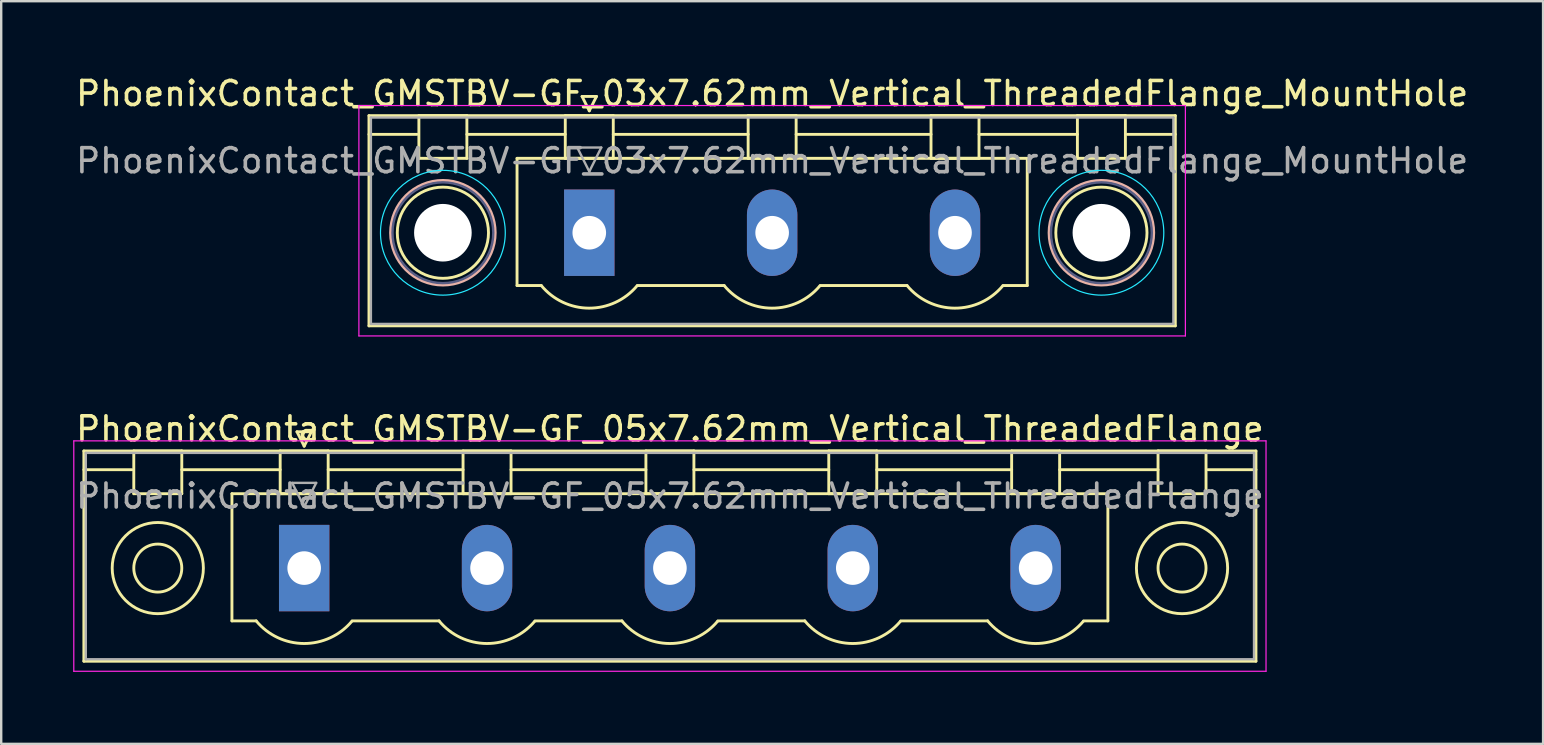
<source format=kicad_pcb>
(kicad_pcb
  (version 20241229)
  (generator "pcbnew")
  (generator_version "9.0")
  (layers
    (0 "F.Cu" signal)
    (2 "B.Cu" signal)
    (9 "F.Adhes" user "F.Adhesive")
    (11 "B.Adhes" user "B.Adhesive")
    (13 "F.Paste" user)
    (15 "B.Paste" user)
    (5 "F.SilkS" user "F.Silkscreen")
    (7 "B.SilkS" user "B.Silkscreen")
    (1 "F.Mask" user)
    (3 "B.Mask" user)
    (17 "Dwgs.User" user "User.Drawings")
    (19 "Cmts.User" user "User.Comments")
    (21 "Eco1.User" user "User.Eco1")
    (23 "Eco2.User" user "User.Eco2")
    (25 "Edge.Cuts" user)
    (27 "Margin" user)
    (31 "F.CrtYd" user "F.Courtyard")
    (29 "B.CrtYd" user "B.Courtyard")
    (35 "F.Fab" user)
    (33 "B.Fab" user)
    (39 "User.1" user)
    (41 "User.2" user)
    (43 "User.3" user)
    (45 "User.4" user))
  (footprint "PhoenixContact_GMSTBV-GF_05x7.62mm_Vertical_ThreadedFlange"
    (layer "F.Cu")
    (at 9.625 20.622)
    (property "Reference" "PhoenixContact_GMSTBV-GF_05x7.62mm_Vertical_ThreadedFlange" (at 15.24 -5.8 0) (layer "F.SilkS") (effects (font (size 1 1) (thickness 0.15))))
    (attr through_hole)
    (fp_line (start -9.18 -4.88) (end -9.18 3.88) (stroke (width 0.12) (type solid)) (layer "F.SilkS"))
    (fp_line (start -9.18 -4.1) (end -7.18 -4.1) (stroke (width 0.12) (type solid)) (layer "F.SilkS"))
    (fp_line (start -9.18 3.88) (end 39.66 3.88) (stroke (width 0.12) (type solid)) (layer "F.SilkS"))
    (fp_line (start -7.1 -4.88) (end -5.1 -4.88) (stroke (width 0.12) (type solid)) (layer "F.SilkS"))
    (fp_line (start -7.1 -3.1) (end -7.1 -4.88) (stroke (width 0.12) (type solid)) (layer "F.SilkS"))
    (fp_line (start -5.1 -4.88) (end -5.1 -3.1) (stroke (width 0.12) (type solid)) (layer "F.SilkS"))
    (fp_line (start -5.1 -4.1) (end -1 -4.1) (stroke (width 0.12) (type solid)) (layer "F.SilkS"))
    (fp_line (start -5.1 -3.1) (end -7.1 -3.1) (stroke (width 0.12) (type solid)) (layer "F.SilkS"))
    (fp_line (start -3.01 -3.1) (end 33.49 -3.1) (stroke (width 0.12) (type solid)) (layer "F.SilkS"))
    (fp_line (start -3.01 2.2) (end -3.01 -3.1) (stroke (width 0.12) (type solid)) (layer "F.SilkS"))
    (fp_line (start -2 2.2) (end -3.01 2.2) (stroke (width 0.12) (type solid)) (layer "F.SilkS"))
    (fp_line (start -1 -4.88) (end 1 -4.88) (stroke (width 0.12) (type solid)) (layer "F.SilkS"))
    (fp_line (start -1 -3.1) (end -1 -4.88) (stroke (width 0.12) (type solid)) (layer "F.SilkS"))
    (fp_line (start -0.3 -5.68) (end 0.3 -5.68) (stroke (width 0.12) (type solid)) (layer "F.SilkS"))
    (fp_line (start 0 -5.08) (end -0.3 -5.68) (stroke (width 0.12) (type solid)) (layer "F.SilkS"))
    (fp_line (start 0.3 -5.68) (end 0 -5.08) (stroke (width 0.12) (type solid)) (layer "F.SilkS"))
    (fp_line (start 1 -4.88) (end 1 -3.1) (stroke (width 0.12) (type solid)) (layer "F.SilkS"))
    (fp_line (start 1 -4.1) (end 6.62 -4.1) (stroke (width 0.12) (type solid)) (layer "F.SilkS"))
    (fp_line (start 1 -3.1) (end -1 -3.1) (stroke (width 0.12) (type solid)) (layer "F.SilkS"))
    (fp_line (start 2 2.2) (end 5.62 2.2) (stroke (width 0.12) (type solid)) (layer "F.SilkS"))
    (fp_line (start 6.62 -4.88) (end 8.62 -4.88) (stroke (width 0.12) (type solid)) (layer "F.SilkS"))
    (fp_line (start 6.62 -3.1) (end 6.62 -4.88) (stroke (width 0.12) (type solid)) (layer "F.SilkS"))
    (fp_line (start 8.62 -4.88) (end 8.62 -3.1) (stroke (width 0.12) (type solid)) (layer "F.SilkS"))
    (fp_line (start 8.62 -4.1) (end 14.24 -4.1) (stroke (width 0.12) (type solid)) (layer "F.SilkS"))
    (fp_line (start 8.62 -3.1) (end 6.62 -3.1) (stroke (width 0.12) (type solid)) (layer "F.SilkS"))
    (fp_line (start 9.62 2.2) (end 13.24 2.2) (stroke (width 0.12) (type solid)) (layer "F.SilkS"))
    (fp_line (start 14.24 -4.88) (end 16.24 -4.88) (stroke (width 0.12) (type solid)) (layer "F.SilkS"))
    (fp_line (start 14.24 -3.1) (end 14.24 -4.88) (stroke (width 0.12) (type solid)) (layer "F.SilkS"))
    (fp_line (start 16.24 -4.88) (end 16.24 -3.1) (stroke (width 0.12) (type solid)) (layer "F.SilkS"))
    (fp_line (start 16.24 -4.1) (end 21.86 -4.1) (stroke (width 0.12) (type solid)) (layer "F.SilkS"))
    (fp_line (start 16.24 -3.1) (end 14.24 -3.1) (stroke (width 0.12) (type solid)) (layer "F.SilkS"))
    (fp_line (start 17.24 2.2) (end 20.86 2.2) (stroke (width 0.12) (type solid)) (layer "F.SilkS"))
    (fp_line (start 21.86 -4.88) (end 23.86 -4.88) (stroke (width 0.12) (type solid)) (layer "F.SilkS"))
    (fp_line (start 21.86 -3.1) (end 21.86 -4.88) (stroke (width 0.12) (type solid)) (layer "F.SilkS"))
    (fp_line (start 23.86 -4.88) (end 23.86 -3.1) (stroke (width 0.12) (type solid)) (layer "F.SilkS"))
    (fp_line (start 23.86 -4.1) (end 29.48 -4.1) (stroke (width 0.12) (type solid)) (layer "F.SilkS"))
    (fp_line (start 23.86 -3.1) (end 21.86 -3.1) (stroke (width 0.12) (type solid)) (layer "F.SilkS"))
    (fp_line (start 24.86 2.2) (end 28.48 2.2) (stroke (width 0.12) (type solid)) (layer "F.SilkS"))
    (fp_line (start 29.48 -4.88) (end 31.48 -4.88) (stroke (width 0.12) (type solid)) (layer "F.SilkS"))
    (fp_line (start 29.48 -3.1) (end 29.48 -4.88) (stroke (width 0.12) (type solid)) (layer "F.SilkS"))
    (fp_line (start 31.48 -4.88) (end 31.48 -3.1) (stroke (width 0.12) (type solid)) (layer "F.SilkS"))
    (fp_line (start 31.48 -4.1) (end 35.58 -4.1) (stroke (width 0.12) (type solid)) (layer "F.SilkS"))
    (fp_line (start 31.48 -3.1) (end 29.48 -3.1) (stroke (width 0.12) (type solid)) (layer "F.SilkS"))
    (fp_line (start 33.49 -3.1) (end 33.49 2.2) (stroke (width 0.12) (type solid)) (layer "F.SilkS"))
    (fp_line (start 33.49 2.2) (end 32.48 2.2) (stroke (width 0.12) (type solid)) (layer "F.SilkS"))
    (fp_line (start 35.58 -4.88) (end 37.58 -4.88) (stroke (width 0.12) (type solid)) (layer "F.SilkS"))
    (fp_line (start 35.58 -3.1) (end 35.58 -4.88) (stroke (width 0.12) (type solid)) (layer "F.SilkS"))
    (fp_line (start 37.58 -4.88) (end 37.58 -3.1) (stroke (width 0.12) (type solid)) (layer "F.SilkS"))
    (fp_line (start 37.58 -3.1) (end 35.58 -3.1) (stroke (width 0.12) (type solid)) (layer "F.SilkS"))
    (fp_line (start 39.66 -4.88) (end -9.18 -4.88) (stroke (width 0.12) (type solid)) (layer "F.SilkS"))
    (fp_line (start 39.66 -4.1) (end 37.66 -4.1) (stroke (width 0.12) (type solid)) (layer "F.SilkS"))
    (fp_line (start 39.66 3.88) (end 39.66 -4.88) (stroke (width 0.12) (type solid)) (layer "F.SilkS"))
    (fp_arc (start 1.986842 2.215821) (mid -0.010289 3.142758) (end -2 2.2) (stroke (width 0.12) (type solid)) (layer "F.SilkS"))
    (fp_arc (start 9.606842 2.215821) (mid 7.609711 3.142758) (end 5.62 2.2) (stroke (width 0.12) (type solid)) (layer "F.SilkS"))
    (fp_arc (start 17.226842 2.215821) (mid 15.229711 3.142758) (end 13.24 2.2) (stroke (width 0.12) (type solid)) (layer "F.SilkS"))
    (fp_arc (start 24.846842 2.215821) (mid 22.849711 3.142758) (end 20.86 2.2) (stroke (width 0.12) (type solid)) (layer "F.SilkS"))
    (fp_arc (start 32.466842 2.215821) (mid 30.469711 3.142758) (end 28.48 2.2) (stroke (width 0.12) (type solid)) (layer "F.SilkS"))
    (fp_circle (center -6.1 0) (end -5.1 0) (stroke (width 0.12) (type solid)) (fill no) (layer "F.SilkS"))
    (fp_circle (center -6.1 0) (end -4.2 0) (stroke (width 0.12) (type solid)) (fill no) (layer "F.SilkS"))
    (fp_circle (center 36.58 0) (end 37.58 0) (stroke (width 0.12) (type solid)) (fill no) (layer "F.SilkS"))
    (fp_circle (center 36.58 0) (end 38.48 0) (stroke (width 0.12) (type solid)) (fill no) (layer "F.SilkS"))
    (fp_line (start -9.6 -5.3) (end -9.6 4.3) (stroke (width 0.05) (type solid)) (layer "F.CrtYd"))
    (fp_line (start -9.6 4.3) (end 40.08 4.3) (stroke (width 0.05) (type solid)) (layer "F.CrtYd"))
    (fp_line (start 40.08 -5.3) (end -9.6 -5.3) (stroke (width 0.05) (type solid)) (layer "F.CrtYd"))
    (fp_line (start 40.08 4.3) (end 40.08 -5.3) (stroke (width 0.05) (type solid)) (layer "F.CrtYd"))
    (fp_line (start -9.1 -4.8) (end -9.1 3.8) (stroke (width 0.1) (type solid)) (layer "F.Fab"))
    (fp_line (start -9.1 3.8) (end 39.58 3.8) (stroke (width 0.1) (type solid)) (layer "F.Fab"))
    (fp_line (start -0.5 -3.55) (end 0.5 -3.55) (stroke (width 0.1) (type solid)) (layer "F.Fab"))
    (fp_line (start 0 -2.55) (end -0.5 -3.55) (stroke (width 0.1) (type solid)) (layer "F.Fab"))
    (fp_line (start 0.5 -3.55) (end 0 -2.55) (stroke (width 0.1) (type solid)) (layer "F.Fab"))
    (fp_line (start 39.58 -4.8) (end -9.1 -4.8) (stroke (width 0.1) (type solid)) (layer "F.Fab"))
    (fp_line (start 39.58 3.8) (end 39.58 -4.8) (stroke (width 0.1) (type solid)) (layer "F.Fab"))
    (fp_text user "${REFERENCE}" (at 15.24 -3 0) (layer "F.Fab") (effects (font (size 1 1) (thickness 0.15))))
    (pad "1" thru_hole rect (at 0 0) (size 2.1 3.6) (drill 1.4) (layers "*.Cu" "*.Mask"))
    (pad "2" thru_hole oval (at 7.62 0) (size 2.1 3.6) (drill 1.4) (layers "*.Cu" "*.Mask"))
    (pad "3" thru_hole oval (at 15.24 0) (size 2.1 3.6) (drill 1.4) (layers "*.Cu" "*.Mask"))
    (pad "4" thru_hole oval (at 22.86 0) (size 2.1 3.6) (drill 1.4) (layers "*.Cu" "*.Mask"))
    (pad "5" thru_hole oval (at 30.48 0) (size 2.1 3.6) (drill 1.4) (layers "*.Cu" "*.Mask")))
  (footprint "PhoenixContact_GMSTBV-GF_03x7.62mm_Vertical_ThreadedFlange_MountHole"
    (layer "F.Cu")
    (at 21.505 6.648)
    (property "Reference" "PhoenixContact_GMSTBV-GF_03x7.62mm_Vertical_ThreadedFlange_MountHole" (at 7.62 -5.8 0) (layer "F.SilkS") (effects (font (size 1 1) (thickness 0.15))))
    (attr through_hole)
    (fp_line (start -9.18 -4.88) (end -9.18 3.88) (stroke (width 0.12) (type solid)) (layer "F.SilkS"))
    (fp_line (start -9.18 -4.1) (end -7.18 -4.1) (stroke (width 0.12) (type solid)) (layer "F.SilkS"))
    (fp_line (start -9.18 3.88) (end 24.42 3.88) (stroke (width 0.12) (type solid)) (layer "F.SilkS"))
    (fp_line (start -7.1 -4.88) (end -5.1 -4.88) (stroke (width 0.12) (type solid)) (layer "F.SilkS"))
    (fp_line (start -7.1 -3.1) (end -7.1 -4.88) (stroke (width 0.12) (type solid)) (layer "F.SilkS"))
    (fp_line (start -5.1 -4.88) (end -5.1 -3.1) (stroke (width 0.12) (type solid)) (layer "F.SilkS"))
    (fp_line (start -5.1 -4.1) (end -1 -4.1) (stroke (width 0.12) (type solid)) (layer "F.SilkS"))
    (fp_line (start -5.1 -3.1) (end -7.1 -3.1) (stroke (width 0.12) (type solid)) (layer "F.SilkS"))
    (fp_line (start -3.01 -3.1) (end 18.25 -3.1) (stroke (width 0.12) (type solid)) (layer "F.SilkS"))
    (fp_line (start -3.01 2.2) (end -3.01 -3.1) (stroke (width 0.12) (type solid)) (layer "F.SilkS"))
    (fp_line (start -2 2.2) (end -3.01 2.2) (stroke (width 0.12) (type solid)) (layer "F.SilkS"))
    (fp_line (start -1 -4.88) (end 1 -4.88) (stroke (width 0.12) (type solid)) (layer "F.SilkS"))
    (fp_line (start -1 -3.1) (end -1 -4.88) (stroke (width 0.12) (type solid)) (layer "F.SilkS"))
    (fp_line (start -0.3 -5.68) (end 0.3 -5.68) (stroke (width 0.12) (type solid)) (layer "F.SilkS"))
    (fp_line (start 0 -5.08) (end -0.3 -5.68) (stroke (width 0.12) (type solid)) (layer "F.SilkS"))
    (fp_line (start 0.3 -5.68) (end 0 -5.08) (stroke (width 0.12) (type solid)) (layer "F.SilkS"))
    (fp_line (start 1 -4.88) (end 1 -3.1) (stroke (width 0.12) (type solid)) (layer "F.SilkS"))
    (fp_line (start 1 -4.1) (end 6.62 -4.1) (stroke (width 0.12) (type solid)) (layer "F.SilkS"))
    (fp_line (start 1 -3.1) (end -1 -3.1) (stroke (width 0.12) (type solid)) (layer "F.SilkS"))
    (fp_line (start 2 2.2) (end 5.62 2.2) (stroke (width 0.12) (type solid)) (layer "F.SilkS"))
    (fp_line (start 6.62 -4.88) (end 8.62 -4.88) (stroke (width 0.12) (type solid)) (layer "F.SilkS"))
    (fp_line (start 6.62 -3.1) (end 6.62 -4.88) (stroke (width 0.12) (type solid)) (layer "F.SilkS"))
    (fp_line (start 8.62 -4.88) (end 8.62 -3.1) (stroke (width 0.12) (type solid)) (layer "F.SilkS"))
    (fp_line (start 8.62 -4.1) (end 14.24 -4.1) (stroke (width 0.12) (type solid)) (layer "F.SilkS"))
    (fp_line (start 8.62 -3.1) (end 6.62 -3.1) (stroke (width 0.12) (type solid)) (layer "F.SilkS"))
    (fp_line (start 9.62 2.2) (end 13.24 2.2) (stroke (width 0.12) (type solid)) (layer "F.SilkS"))
    (fp_line (start 14.24 -4.88) (end 16.24 -4.88) (stroke (width 0.12) (type solid)) (layer "F.SilkS"))
    (fp_line (start 14.24 -3.1) (end 14.24 -4.88) (stroke (width 0.12) (type solid)) (layer "F.SilkS"))
    (fp_line (start 16.24 -4.88) (end 16.24 -3.1) (stroke (width 0.12) (type solid)) (layer "F.SilkS"))
    (fp_line (start 16.24 -4.1) (end 20.34 -4.1) (stroke (width 0.12) (type solid)) (layer "F.SilkS"))
    (fp_line (start 16.24 -3.1) (end 14.24 -3.1) (stroke (width 0.12) (type solid)) (layer "F.SilkS"))
    (fp_line (start 18.25 -3.1) (end 18.25 2.2) (stroke (width 0.12) (type solid)) (layer "F.SilkS"))
    (fp_line (start 18.25 2.2) (end 17.24 2.2) (stroke (width 0.12) (type solid)) (layer "F.SilkS"))
    (fp_line (start 20.34 -4.88) (end 22.34 -4.88) (stroke (width 0.12) (type solid)) (layer "F.SilkS"))
    (fp_line (start 20.34 -3.1) (end 20.34 -4.88) (stroke (width 0.12) (type solid)) (layer "F.SilkS"))
    (fp_line (start 22.34 -4.88) (end 22.34 -3.1) (stroke (width 0.12) (type solid)) (layer "F.SilkS"))
    (fp_line (start 22.34 -3.1) (end 20.34 -3.1) (stroke (width 0.12) (type solid)) (layer "F.SilkS"))
    (fp_line (start 24.42 -4.88) (end -9.18 -4.88) (stroke (width 0.12) (type solid)) (layer "F.SilkS"))
    (fp_line (start 24.42 -4.1) (end 22.42 -4.1) (stroke (width 0.12) (type solid)) (layer "F.SilkS"))
    (fp_line (start 24.42 3.88) (end 24.42 -4.88) (stroke (width 0.12) (type solid)) (layer "F.SilkS"))
    (fp_arc (start 1.986842 2.215821) (mid -0.010289 3.142758) (end -2 2.2) (stroke (width 0.12) (type solid)) (layer "F.SilkS"))
    (fp_arc (start 9.606842 2.215821) (mid 7.609711 3.142758) (end 5.62 2.2) (stroke (width 0.12) (type solid)) (layer "F.SilkS"))
    (fp_arc (start 17.226842 2.215821) (mid 15.229711 3.142758) (end 13.24 2.2) (stroke (width 0.12) (type solid)) (layer "F.SilkS"))
    (fp_circle (center -6.1 0) (end -4.2 0) (stroke (width 0.12) (type solid)) (fill no) (layer "F.SilkS"))
    (fp_circle (center 21.34 0) (end 23.24 0) (stroke (width 0.12) (type solid)) (fill no) (layer "F.SilkS"))
    (fp_circle (center -6.1 0) (end -3.92 0) (stroke (width 0.12) (type solid)) (fill no) (layer "B.SilkS"))
    (fp_circle (center 21.34 0) (end 23.52 0) (stroke (width 0.12) (type solid)) (fill no) (layer "B.SilkS"))
    (fp_circle (center -6.1 0) (end -3.5 0) (stroke (width 0.05) (type solid)) (fill no) (layer "B.CrtYd"))
    (fp_circle (center 21.34 0) (end 23.94 0) (stroke (width 0.05) (type solid)) (fill no) (layer "B.CrtYd"))
    (fp_line (start -9.6 -5.3) (end -9.6 4.3) (stroke (width 0.05) (type solid)) (layer "F.CrtYd"))
    (fp_line (start -9.6 4.3) (end 24.84 4.3) (stroke (width 0.05) (type solid)) (layer "F.CrtYd"))
    (fp_line (start 24.84 -5.3) (end -9.6 -5.3) (stroke (width 0.05) (type solid)) (layer "F.CrtYd"))
    (fp_line (start 24.84 4.3) (end 24.84 -5.3) (stroke (width 0.05) (type solid)) (layer "F.CrtYd"))
    (fp_circle (center -6.1 0) (end -4 0) (stroke (width 0.1) (type solid)) (fill no) (layer "B.Fab"))
    (fp_circle (center 21.34 0) (end 23.44 0) (stroke (width 0.1) (type solid)) (fill no) (layer "B.Fab"))
    (fp_line (start -9.1 -4.8) (end -9.1 3.8) (stroke (width 0.1) (type solid)) (layer "F.Fab"))
    (fp_line (start -9.1 3.8) (end 24.34 3.8) (stroke (width 0.1) (type solid)) (layer "F.Fab"))
    (fp_line (start -0.5 -3.55) (end 0.5 -3.55) (stroke (width 0.1) (type solid)) (layer "F.Fab"))
    (fp_line (start 0 -2.55) (end -0.5 -3.55) (stroke (width 0.1) (type solid)) (layer "F.Fab"))
    (fp_line (start 0.5 -3.55) (end 0 -2.55) (stroke (width 0.1) (type solid)) (layer "F.Fab"))
    (fp_line (start 24.34 -4.8) (end -9.1 -4.8) (stroke (width 0.1) (type solid)) (layer "F.Fab"))
    (fp_line (start 24.34 3.8) (end 24.34 -4.8) (stroke (width 0.1) (type solid)) (layer "F.Fab"))
    (fp_text user "${REFERENCE}" (at 7.62 -3 0) (layer "F.Fab") (effects (font (size 1 1) (thickness 0.15))))
    (pad "" np_thru_hole circle (at -6.1 0) (size 2.4 2.4) (drill 2.4) (layers "*.Cu" "*.Mask"))
    (pad "" np_thru_hole circle (at 21.34 0) (size 2.4 2.4) (drill 2.4) (layers "*.Cu" "*.Mask"))
    (pad "1" thru_hole rect (at 0 0) (size 2.1 3.6) (drill 1.4) (layers "*.Cu" "*.Mask"))
    (pad "2" thru_hole oval (at 7.62 0) (size 2.1 3.6) (drill 1.4) (layers "*.Cu" "*.Mask"))
    (pad "3" thru_hole oval (at 15.24 0) (size 2.1 3.6) (drill 1.4) (layers "*.Cu" "*.Mask")))
  (gr_rect
    (start -3 -3)
    (end 61.25 27.947)
    (stroke (width 0.1) (type default))
    (fill no)
    (layer "Edge.Cuts")))
</source>
